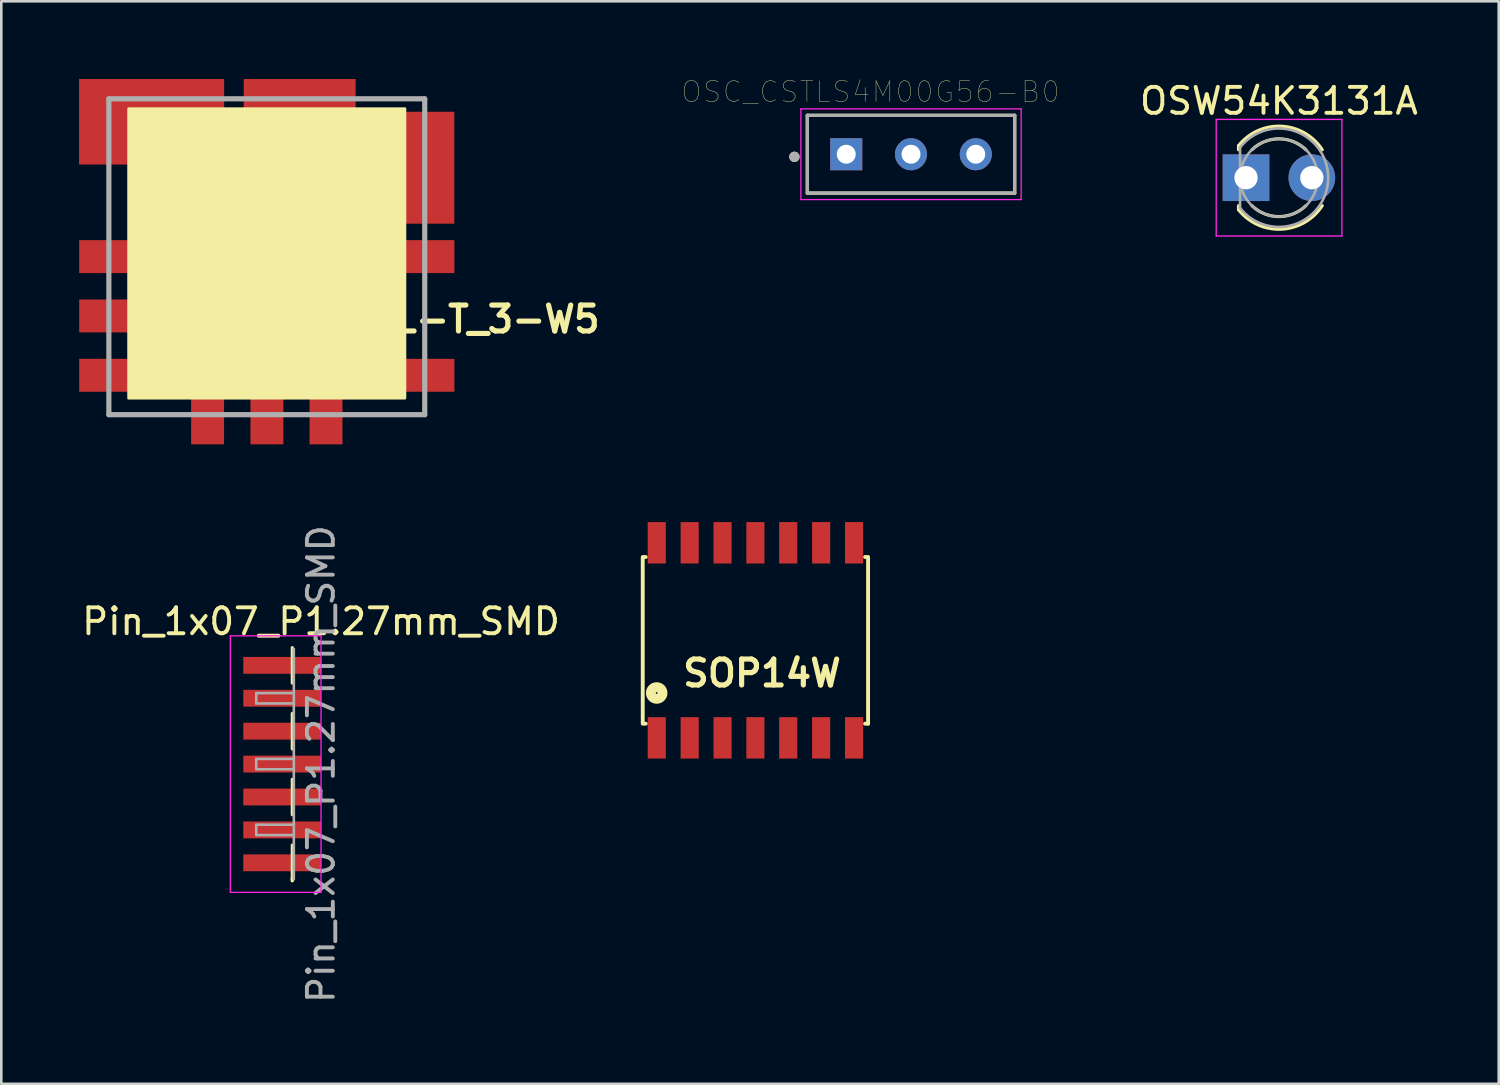
<source format=kicad_pcb>
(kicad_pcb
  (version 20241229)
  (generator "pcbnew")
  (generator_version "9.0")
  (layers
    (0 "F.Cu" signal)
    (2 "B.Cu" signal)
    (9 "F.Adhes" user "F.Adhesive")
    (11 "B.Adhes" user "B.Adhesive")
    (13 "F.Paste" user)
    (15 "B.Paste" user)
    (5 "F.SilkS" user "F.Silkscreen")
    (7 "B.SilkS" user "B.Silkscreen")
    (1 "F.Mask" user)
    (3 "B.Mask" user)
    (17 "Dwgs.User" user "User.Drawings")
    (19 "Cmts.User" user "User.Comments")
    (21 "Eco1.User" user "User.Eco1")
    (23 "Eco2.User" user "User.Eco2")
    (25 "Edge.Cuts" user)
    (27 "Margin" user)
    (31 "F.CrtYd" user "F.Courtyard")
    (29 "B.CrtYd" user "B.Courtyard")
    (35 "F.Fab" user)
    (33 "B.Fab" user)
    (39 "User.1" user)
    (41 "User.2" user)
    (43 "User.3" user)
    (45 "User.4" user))
  (footprint "OSW54K3131A"
    (layer "F.Cu")
    (at 45.035 3.808)
    (property "Reference" "OSW54K3131A" (at 1.27 -2.96 0) (layer "F.SilkS") (effects (font (size 1 1) (thickness 0.15))))
    (attr through_hole)
    (fp_line (start -0.29 -1.236) (end -0.29 -1.08) (stroke (width 0.12) (type solid)) (layer "F.SilkS"))
    (fp_line (start -0.29 1.08) (end -0.29 1.236) (stroke (width 0.12) (type solid)) (layer "F.SilkS"))
    (fp_arc (start -0.29 -1.235516) (mid 1.366487 -1.987659) (end 2.942335 -1.078608) (stroke (width 0.12) (type solid)) (layer "F.SilkS"))
    (fp_arc (start 0.229039 -1.08) (mid 1.270117 -1.5) (end 2.31113 -1.079837) (stroke (width 0.12) (type solid)) (layer "F.SilkS"))
    (fp_arc (start 2.31113 1.079837) (mid 1.270117 1.5) (end 0.229039 1.08) (stroke (width 0.12) (type solid)) (layer "F.SilkS"))
    (fp_arc (start 2.942335 1.078608) (mid 1.366487 1.987659) (end -0.29 1.235516) (stroke (width 0.12) (type solid)) (layer "F.SilkS"))
    (fp_line (start -1.15 -2.25) (end -1.15 2.25) (stroke (width 0.05) (type solid)) (layer "F.CrtYd"))
    (fp_line (start -1.15 2.25) (end 3.7 2.25) (stroke (width 0.05) (type solid)) (layer "F.CrtYd"))
    (fp_line (start 3.7 -2.25) (end -1.15 -2.25) (stroke (width 0.05) (type solid)) (layer "F.CrtYd"))
    (fp_line (start 3.7 2.25) (end 3.7 -2.25) (stroke (width 0.05) (type solid)) (layer "F.CrtYd"))
    (fp_line (start -0.23 -1.166) (end -0.23 1.166) (stroke (width 0.1) (type solid)) (layer "F.Fab"))
    (fp_arc (start -0.23 -1.16619) (mid 3.17 0.000452) (end -0.230555 1.165476) (stroke (width 0.1) (type solid)) (layer "F.Fab"))
    (fp_circle (center 1.27 0) (end 2.77 0) (stroke (width 0.1) (type solid)) (fill no) (layer "F.Fab"))
    (pad "1" thru_hole rect (at 0 0) (size 1.8 1.8) (drill 0.9) (layers "*.Cu" "*.Mask"))
    (pad "2" thru_hole circle (at 2.54 0) (size 1.8 1.8) (drill 0.9) (layers "*.Cu" "*.Mask")))
  (footprint "OSC_CSTLS4M00G56-B0"
    (layer "F.Cu")
    (at 32.107 2.902)
    (property "Reference" "OSC_CSTLS4M00G56-B0" (at -1.56 -2.408 0) (layer "F.SilkS") (effects (font (size 0.8 0.8) (thickness 0.015))))
    (attr through_hole)
    (fp_line (start -4 -1.5) (end 4 -1.5) (stroke (width 0.127) (type solid)) (layer "F.SilkS"))
    (fp_line (start -4 1.5) (end -4 -1.5) (stroke (width 0.127) (type solid)) (layer "F.SilkS"))
    (fp_line (start 4 -1.5) (end 4 1.5) (stroke (width 0.127) (type solid)) (layer "F.SilkS"))
    (fp_line (start 4 1.5) (end -4 1.5) (stroke (width 0.127) (type solid)) (layer "F.SilkS"))
    (fp_circle (center -4.5 0.1) (end -4.4 0.1) (stroke (width 0.2) (type solid)) (fill no) (layer "F.SilkS"))
    (fp_line (start -4.25 -1.75) (end 4.25 -1.75) (stroke (width 0.05) (type solid)) (layer "F.CrtYd"))
    (fp_line (start -4.25 1.75) (end -4.25 -1.75) (stroke (width 0.05) (type solid)) (layer "F.CrtYd"))
    (fp_line (start 4.25 -1.75) (end 4.25 1.75) (stroke (width 0.05) (type solid)) (layer "F.CrtYd"))
    (fp_line (start 4.25 1.75) (end -4.25 1.75) (stroke (width 0.05) (type solid)) (layer "F.CrtYd"))
    (fp_line (start -4 -1.5) (end 4 -1.5) (stroke (width 0.127) (type solid)) (layer "F.Fab"))
    (fp_line (start -4 1.5) (end -4 -1.5) (stroke (width 0.127) (type solid)) (layer "F.Fab"))
    (fp_line (start 4 -1.5) (end 4 1.5) (stroke (width 0.127) (type solid)) (layer "F.Fab"))
    (fp_line (start 4 1.5) (end -4 1.5) (stroke (width 0.127) (type solid)) (layer "F.Fab"))
    (fp_circle (center -4.5 0.1) (end -4.4 0.1) (stroke (width 0.2) (type solid)) (fill no) (layer "F.Fab"))
    (pad "1" thru_hole rect (at -2.5 0) (size 1.238 1.238) (drill 0.73) (layers "*.Cu" "*.Mask"))
    (pad "2" thru_hole circle (at 0 0) (size 1.238 1.238) (drill 0.73) (layers "*.Cu" "*.Mask"))
    (pad "3" thru_hole circle (at 2.5 0) (size 1.238 1.238) (drill 0.73) (layers "*.Cu" "*.Mask")))
  (footprint "OKL-T_3-W5"
    (layer "F.Cu")
    (at 13.341 12.953)
    (property "Reference" "OKL-T_3-W5" (at 1.778 -3.683 0) (layer "F.SilkS") (effects (font (size 1 1) (thickness 0.2))))
    (attr smd)
    (fp_line (start -12.19 -12.19) (end 0 -12.19) (stroke (width 0.1) (type solid)) (layer "F.SilkS"))
    (fp_line (start -12.19 0) (end -12.19 -12.19) (stroke (width 0.1) (type solid)) (layer "F.SilkS"))
    (fp_line (start 0 -12.19) (end 0 0) (stroke (width 0.1) (type solid)) (layer "F.SilkS"))
    (fp_line (start 0 0) (end -12.19 0) (stroke (width 0.1) (type solid)) (layer "F.SilkS"))
    (fp_poly (pts (xy -0.762 -0.635) (xy -11.43 -0.635) (xy -11.43 -11.811) (xy -0.762 -11.811)) (stroke (width 0.1) (type solid)) (fill yes) (layer "F.SilkS"))
    (fp_line (start -12.19 -12.19) (end -12.19 0) (stroke (width 0.2) (type solid)) (layer "F.Fab"))
    (fp_line (start -12.19 0) (end 0 0) (stroke (width 0.2) (type solid)) (layer "F.Fab"))
    (fp_line (start 0 -12.19) (end -12.19 -12.19) (stroke (width 0.2) (type solid)) (layer "F.Fab"))
    (fp_line (start 0 0) (end 0 -12.19) (stroke (width 0.2) (type solid)) (layer "F.Fab"))
    (pad "1" smd rect (at -11.685 -6.1 90) (size 1.27 3.3) (layers "F.Cu" "F.Mask" "F.Paste"))
    (pad "2" smd rect (at -10.541 -11.303 90) (size 3.3 5.6) (layers "F.Cu" "F.Mask" "F.Paste"))
    (pad "3" smd rect (at -4.826 -11.303 90) (size 3.3 4.32) (layers "F.Cu" "F.Mask" "F.Paste"))
    (pad "4" smd rect (at -0.508 -9.53) (size 3.3 4.32) (layers "F.Cu" "F.Mask" "F.Paste"))
    (pad "5" smd rect (at -0.505 -6.1 90) (size 1.27 3.3) (layers "F.Cu" "F.Mask" "F.Paste"))
    (pad "6" smd rect (at -0.505 -1.52 90) (size 1.27 3.3) (layers "F.Cu" "F.Mask" "F.Paste"))
    (pad "7" smd rect (at -6.09 -0.505 90) (size 3.3 1.27) (layers "F.Cu" "F.Mask" "F.Paste"))
    (pad "8" smd rect (at -8.38 -0.505 90) (size 3.3 1.27) (layers "F.Cu" "F.Mask" "F.Paste"))
    (pad "9" smd rect (at -11.685 -1.52 90) (size 1.27 3.3) (layers "F.Cu" "F.Mask" "F.Paste"))
    (pad "10" smd rect (at -11.685 -3.81 90) (size 1.27 3.3) (layers "F.Cu" "F.Mask" "F.Paste"))
    (pad "11" smd rect (at -1.52 -3.81 90) (size 1.27 1.27) (layers "F.Cu" "F.Paste"))
    (pad "12" smd rect (at -3.81 -0.505 90) (size 3.3 1.27) (layers "F.Cu" "F.Mask" "F.Paste")))
  (footprint "SOP14W"
    (layer "F.Cu")
    (at 26.102 21.661)
    (property "Reference" "SOP14W" (at 0.254 1.27 0) (unlocked yes) (layer "F.SilkS") (effects (font (size 1 1) (thickness 0.2))))
    (attr through_hole)
    (fp_line (start -4.348 -3.216) (end -4.234 -3.216) (stroke (width 0.15) (type solid)) (layer "F.SilkS"))
    (fp_line (start -4.348 -3.175) (end -4.348 3.175) (stroke (width 0.15) (type solid)) (layer "F.SilkS"))
    (fp_line (start -4.348 3.216) (end -4.234 3.216) (stroke (width 0.15) (type solid)) (layer "F.SilkS"))
    (fp_line (start 4.234 -3.216) (end 4.348 -3.216) (stroke (width 0.15) (type solid)) (layer "F.SilkS"))
    (fp_line (start 4.234 3.216) (end 4.348 3.216) (stroke (width 0.15) (type solid)) (layer "F.SilkS"))
    (fp_line (start 4.348 -3.175) (end 4.348 3.216) (stroke (width 0.15) (type solid)) (layer "F.SilkS"))
    (fp_circle (center -3.81 2.032) (end -3.585 2.032) (stroke (width 0.381) (type solid)) (fill no) (layer "F.SilkS"))
    (pad "1" smd rect (at -3.807 3.764 180) (size 0.699 1.598) (layers "F.Cu" "F.Mask" "F.Paste"))
    (pad "2" smd rect (at -2.537 3.764 180) (size 0.699 1.598) (layers "F.Cu" "F.Mask" "F.Paste"))
    (pad "3" smd rect (at -1.267 3.764 180) (size 0.699 1.598) (layers "F.Cu" "F.Mask" "F.Paste"))
    (pad "4" smd rect (at 0 3.764 180) (size 0.699 1.598) (layers "F.Cu" "F.Mask" "F.Paste"))
    (pad "5" smd rect (at 1.267 3.764 180) (size 0.699 1.598) (layers "F.Cu" "F.Mask" "F.Paste"))
    (pad "6" smd rect (at 2.537 3.764 180) (size 0.699 1.598) (layers "F.Cu" "F.Mask" "F.Paste"))
    (pad "7" smd rect (at 3.807 3.764 180) (size 0.699 1.598) (layers "F.Cu" "F.Mask" "F.Paste"))
    (pad "8" smd rect (at 3.807 -3.764) (size 0.699 1.598) (layers "F.Cu" "F.Mask" "F.Paste"))
    (pad "9" smd rect (at 2.537 -3.764) (size 0.699 1.598) (layers "F.Cu" "F.Mask" "F.Paste"))
    (pad "10" smd rect (at 1.267 -3.764) (size 0.699 1.598) (layers "F.Cu" "F.Mask" "F.Paste"))
    (pad "11" smd rect (at 0 -3.764) (size 0.699 1.598) (layers "F.Cu" "F.Mask" "F.Paste"))
    (pad "12" smd rect (at -1.267 -3.764) (size 0.699 1.598) (layers "F.Cu" "F.Mask" "F.Paste"))
    (pad "13" smd rect (at -2.537 -3.764) (size 0.699 1.598) (layers "F.Cu" "F.Mask" "F.Paste"))
    (pad "14" smd rect (at -3.807 -3.764) (size 0.699 1.598) (layers "F.Cu" "F.Mask" "F.Paste")))
  (footprint "Pin_1x07_P1.27mm_SMD"
    (layer "F.Cu")
    (at 9.339 26.437)
    (property "Reference" "Pin_1x07_P1.27mm_SMD" (at 0 -5.505 0) (layer "F.SilkS") (effects (font (size 1 1) (thickness 0.15))))
    (attr smd)
    (fp_line (start -1.11 -4.495) (end -1.11 -3.125) (stroke (width 0.12) (type solid)) (layer "F.SilkS"))
    (fp_line (start -1.11 -1.955) (end -1.11 -0.585) (stroke (width 0.12) (type solid)) (layer "F.SilkS"))
    (fp_line (start -1.11 0.585) (end -1.11 1.955) (stroke (width 0.12) (type solid)) (layer "F.SilkS"))
    (fp_line (start -1.11 3.125) (end -1.11 4.495) (stroke (width 0.12) (type solid)) (layer "F.SilkS"))
    (fp_line (start -1.11 4.395) (end -1.11 4.505) (stroke (width 0.12) (type solid)) (layer "F.SilkS"))
    (fp_line (start -3.5 -4.95) (end -3.5 4.95) (stroke (width 0.05) (type solid)) (layer "F.CrtYd"))
    (fp_line (start -3.5 4.95) (end 0 4.95) (stroke (width 0.05) (type solid)) (layer "F.CrtYd"))
    (fp_line (start 0 -4.95) (end -3.5 -4.95) (stroke (width 0.05) (type solid)) (layer "F.CrtYd"))
    (fp_line (start 0 4.95) (end 0 -4.95) (stroke (width 0.05) (type solid)) (layer "F.CrtYd"))
    (fp_line (start -2.5 -2.74) (end -2.5 -2.34) (stroke (width 0.1) (type solid)) (layer "F.Fab"))
    (fp_line (start -2.5 -2.34) (end -1.05 -2.34) (stroke (width 0.1) (type solid)) (layer "F.Fab"))
    (fp_line (start -2.5 -0.2) (end -2.5 0.2) (stroke (width 0.1) (type solid)) (layer "F.Fab"))
    (fp_line (start -2.5 0.2) (end -1.05 0.2) (stroke (width 0.1) (type solid)) (layer "F.Fab"))
    (fp_line (start -2.5 2.34) (end -2.5 2.74) (stroke (width 0.1) (type solid)) (layer "F.Fab"))
    (fp_line (start -2.5 2.74) (end -1.05 2.74) (stroke (width 0.1) (type solid)) (layer "F.Fab"))
    (fp_line (start -1.05 -4.445) (end -1.05 4.445) (stroke (width 0.1) (type solid)) (layer "F.Fab"))
    (fp_line (start -1.05 -2.74) (end -2.5 -2.74) (stroke (width 0.1) (type solid)) (layer "F.Fab"))
    (fp_line (start -1.05 -0.2) (end -2.5 -0.2) (stroke (width 0.1) (type solid)) (layer "F.Fab"))
    (fp_line (start -1.05 2.34) (end -2.5 2.34) (stroke (width 0.1) (type solid)) (layer "F.Fab"))
    (fp_text user "${REFERENCE}" (at 0 0 90) (layer "F.Fab") (effects (font (size 1 1) (thickness 0.15))))
    (pad "1" smd rect (at -1.5 -3.81) (size 3 0.65) (layers "F.Cu" "F.Mask" "F.Paste"))
    (pad "2" smd rect (at -1.5 -2.54) (size 3 0.65) (layers "F.Cu" "F.Mask" "F.Paste"))
    (pad "3" smd rect (at -1.5 -1.27) (size 3 0.65) (layers "F.Cu" "F.Mask" "F.Paste"))
    (pad "4" smd rect (at -1.5 0) (size 3 0.65) (layers "F.Cu" "F.Mask" "F.Paste"))
    (pad "5" smd rect (at -1.5 1.27) (size 3 0.65) (layers "F.Cu" "F.Mask" "F.Paste"))
    (pad "6" smd rect (at -1.5 2.54) (size 3 0.65) (layers "F.Cu" "F.Mask" "F.Paste"))
    (pad "7" smd rect (at -1.5 3.81) (size 3 0.65) (layers "F.Cu" "F.Mask" "F.Paste")))
  (gr_rect
    (start -3 -3)
    (end 54.787 38.777)
    (stroke (width 0.1) (type default))
    (fill no)
    (layer "Edge.Cuts")))
</source>
